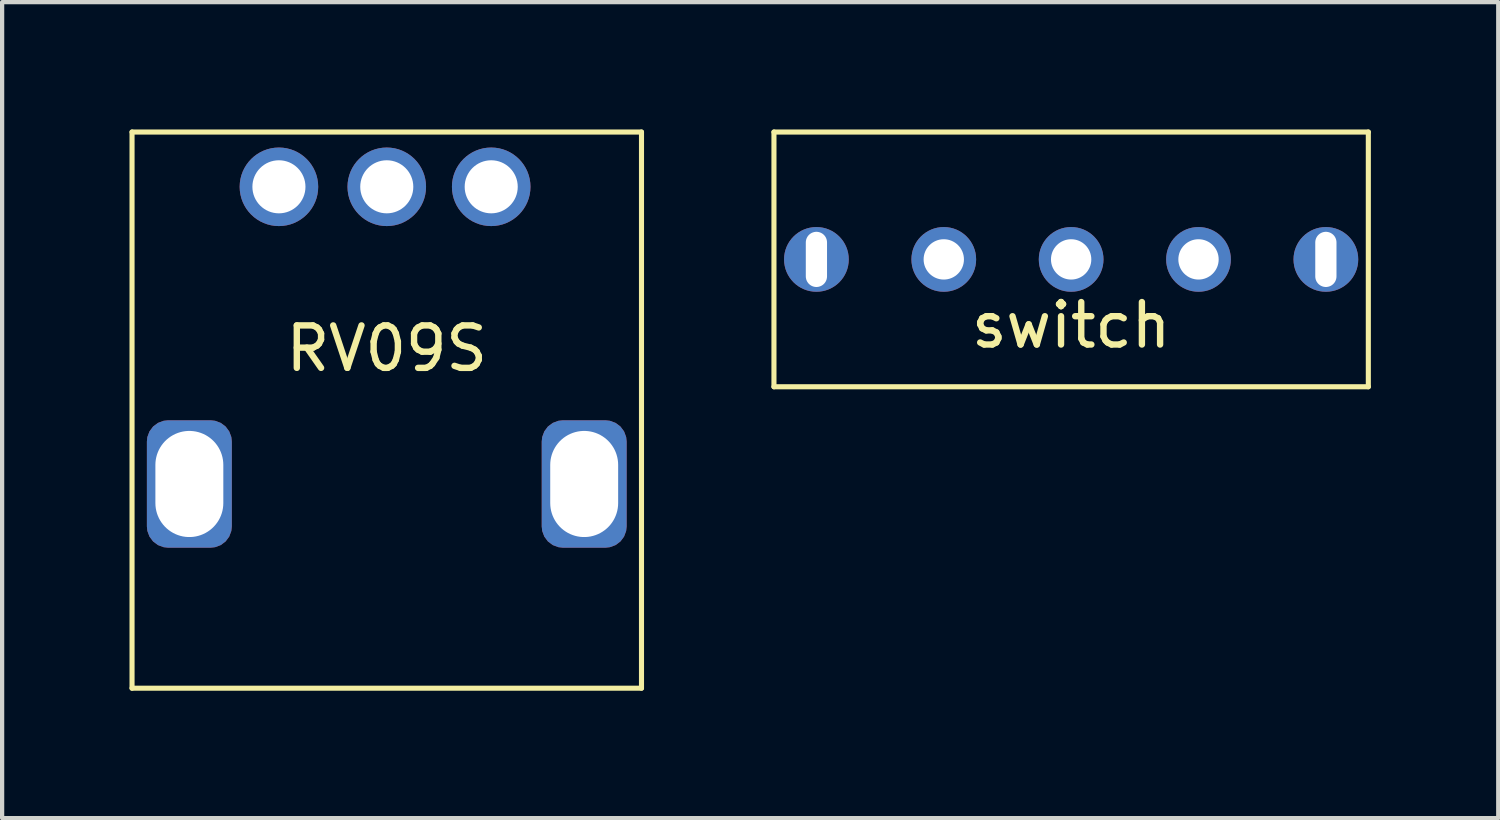
<source format=kicad_pcb>
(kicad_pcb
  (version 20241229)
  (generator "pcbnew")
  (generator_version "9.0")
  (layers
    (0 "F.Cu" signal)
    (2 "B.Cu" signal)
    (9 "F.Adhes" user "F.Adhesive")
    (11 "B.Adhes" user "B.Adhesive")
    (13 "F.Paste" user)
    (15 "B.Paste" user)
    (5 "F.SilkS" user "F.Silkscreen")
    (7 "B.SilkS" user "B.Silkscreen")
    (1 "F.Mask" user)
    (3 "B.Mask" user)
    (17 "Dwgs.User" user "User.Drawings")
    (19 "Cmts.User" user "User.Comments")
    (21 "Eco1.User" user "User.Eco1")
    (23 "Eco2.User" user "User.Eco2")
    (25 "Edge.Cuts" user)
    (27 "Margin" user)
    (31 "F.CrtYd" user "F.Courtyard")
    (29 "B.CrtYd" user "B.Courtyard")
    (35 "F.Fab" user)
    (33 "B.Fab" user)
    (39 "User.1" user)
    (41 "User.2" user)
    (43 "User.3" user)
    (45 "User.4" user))
  (footprint "switch"
    (layer "F.Cu")
    (at 22.18 3.06)
    (property "Reference" "switch" (at 0 1.55 0) (layer "F.SilkS") (effects (font (size 1 1) (thickness 0.15))))
    (attr through_hole)
    (fp_line (start -7 -3) (end -7 3) (stroke (width 0.12) (type solid)) (layer "F.SilkS"))
    (fp_line (start 7 -3) (end -7 -3) (stroke (width 0.12) (type solid)) (layer "F.SilkS"))
    (fp_line (start 7 -3) (end 7 3) (stroke (width 0.12) (type solid)) (layer "F.SilkS"))
    (fp_line (start 7 3) (end -7 3) (stroke (width 0.12) (type solid)) (layer "F.SilkS"))
    (pad "" np_thru_hole circle (at -6 0) (size 1.524 1.524) (drill oval 0.5 1.3) (layers "*.Cu" "*.Mask"))
    (pad "" np_thru_hole circle (at 6 0) (size 1.524 1.524) (drill oval 0.5 1.3) (layers "*.Cu" "*.Mask"))
    (pad "1" thru_hole circle (at -3 0) (size 1.524 1.524) (drill 0.95) (layers "*.Cu" "*.Mask"))
    (pad "2" thru_hole circle (at 0 0 90) (size 1.524 1.524) (drill 0.95) (layers "*.Cu" "*.Mask"))
    (pad "3" thru_hole circle (at 3 0) (size 1.524 1.524) (drill 0.95) (layers "*.Cu" "*.Mask")))
  (footprint "RV09S"
    (layer "F.Cu")
    (at 6.06 5.16)
    (property "Reference" "RV09S" (at 0 0 0) (layer "F.SilkS") (effects (font (size 1 1) (thickness 0.15))))
    (attr through_hole)
    (fp_line (start -6 -5.1) (end -6 8) (stroke (width 0.12) (type solid)) (layer "F.SilkS"))
    (fp_line (start -6 -5.1) (end 6 -5.1) (stroke (width 0.12) (type solid)) (layer "F.SilkS"))
    (fp_line (start -6 8) (end 6 8) (stroke (width 0.12) (type solid)) (layer "F.SilkS"))
    (fp_line (start 6 -5.1) (end 6 8) (stroke (width 0.12) (type solid)) (layer "F.SilkS"))
    (pad "" np_thru_hole roundrect (at -4.65 3.19) (size 2 3) (drill oval 1.6 2.5) (layers "*.Cu" "*.Mask") (roundrect_rratio 0.25))
    (pad "" np_thru_hole roundrect (at 4.65 3.19) (size 2 3) (drill oval 1.6 2.5) (layers "*.Cu" "*.Mask") (roundrect_rratio 0.25))
    (pad "1" thru_hole circle (at 2.46 -3.81) (size 1.85 1.85) (drill 1.25) (layers "*.Cu" "*.Mask"))
    (pad "2" thru_hole circle (at 0 -3.81) (size 1.85 1.85) (drill 1.25) (layers "*.Cu" "*.Mask"))
    (pad "3" thru_hole circle (at -2.54 -3.81) (size 1.85 1.85) (drill 1.25) (layers "*.Cu" "*.Mask")))
  (gr_rect
    (start -3 -3)
    (end 32.24 16.22)
    (stroke (width 0.1) (type default))
    (fill no)
    (layer "Edge.Cuts")))
</source>
